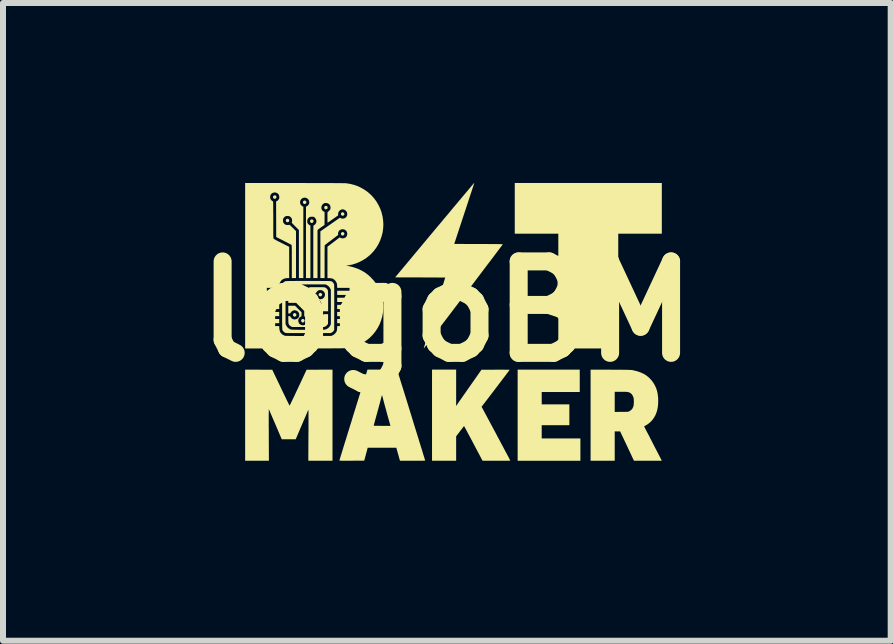
<source format=kicad_pcb>
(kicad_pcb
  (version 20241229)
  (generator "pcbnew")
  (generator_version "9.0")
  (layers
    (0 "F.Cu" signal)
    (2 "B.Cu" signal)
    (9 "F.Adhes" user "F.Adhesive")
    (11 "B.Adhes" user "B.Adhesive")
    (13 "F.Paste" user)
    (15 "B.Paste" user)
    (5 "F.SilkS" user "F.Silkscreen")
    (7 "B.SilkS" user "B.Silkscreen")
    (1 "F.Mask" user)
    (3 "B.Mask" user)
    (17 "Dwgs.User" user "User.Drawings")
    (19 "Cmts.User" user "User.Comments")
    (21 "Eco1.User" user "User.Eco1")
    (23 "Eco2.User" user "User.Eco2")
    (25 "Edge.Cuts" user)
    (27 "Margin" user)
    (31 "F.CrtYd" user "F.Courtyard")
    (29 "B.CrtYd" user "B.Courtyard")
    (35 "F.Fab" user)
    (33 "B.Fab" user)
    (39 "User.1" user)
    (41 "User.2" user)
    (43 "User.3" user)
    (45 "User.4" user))
  (footprint "logoBM"
    (layer "F.Cu")
    (at 4.398 2.142)
    (property "Reference" "logoBM" (at 0 0 0) (layer "F.SilkS") (effects (font (size 1.524 1.524) (thickness 0.3))))
    (attr board_only exclude_from_pos_files exclude_from_bom)
    (fp_poly (pts (xy 3.583 -1.297) (xy 2.857 -1.297) (xy 2.857 0.616) (xy 1.858 0.616) (xy 1.858 -1.297) (xy 1.132 -1.297) (xy 1.132 -2.142) (xy 3.583 -2.142)) (stroke (width 0) (type solid)) (fill yes) (layer "F.SilkS"))
    (fp_poly (pts (xy 2.215 1.342) (xy 1.581 1.342) (xy 1.581 1.548) (xy 2.042 1.548) (xy 2.042 1.895) (xy 1.581 1.895) (xy 1.581 2.116) (xy 2.226 2.116) (xy 2.226 2.488) (xy 1.18 2.488) (xy 1.18 0.969) (xy 2.215 0.969)) (stroke (width 0) (type solid)) (fill yes) (layer "F.SilkS"))
    (fp_poly (pts (xy -2.154 -0.149) (xy -2.145 -0.14) (xy -2.14 -0.128) (xy -2.14 -0.116) (xy -2.146 -0.104) (xy -2.157 -0.096) (xy -2.17 -0.094) (xy -2.183 -0.098) (xy -2.191 -0.105) (xy -2.197 -0.114) (xy -2.198 -0.127) (xy -2.194 -0.139) (xy -2.184 -0.148) (xy -2.179 -0.151) (xy -2.166 -0.153)) (stroke (width 0) (type solid)) (fill yes) (layer "F.SilkS"))
    (fp_poly (pts (xy -2.129 0.082) (xy -2.123 0.087) (xy -2.117 0.1) (xy -2.117 0.112) (xy -2.121 0.123) (xy -2.129 0.131) (xy -2.14 0.136) (xy -2.152 0.135) (xy -2.158 0.132) (xy -2.169 0.122) (xy -2.174 0.11) (xy -2.173 0.097) (xy -2.166 0.086) (xy -2.154 0.079) (xy -2.141 0.077)) (stroke (width 0) (type solid)) (fill yes) (layer "F.SilkS"))
    (fp_poly (pts (xy -2.094 -0.306) (xy -2.088 -0.301) (xy -2.08 -0.289) (xy -2.079 -0.276) (xy -2.085 -0.264) (xy -2.096 -0.255) (xy -2.107 -0.251) (xy -2.117 -0.253) (xy -2.121 -0.255) (xy -2.133 -0.265) (xy -2.138 -0.277) (xy -2.136 -0.29) (xy -2.13 -0.3) (xy -2.12 -0.308) (xy -2.107 -0.31)) (stroke (width 0) (type solid)) (fill yes) (layer "F.SilkS"))
    (fp_poly (pts (xy -2.851 -1.931) (xy -2.844 -1.923) (xy -2.839 -1.91) (xy -2.841 -1.898) (xy -2.847 -1.888) (xy -2.857 -1.881) (xy -2.869 -1.878) (xy -2.881 -1.881) (xy -2.883 -1.881) (xy -2.894 -1.891) (xy -2.898 -1.904) (xy -2.896 -1.918) (xy -2.896 -1.918) (xy -2.888 -1.93) (xy -2.876 -1.936) (xy -2.863 -1.936)) (stroke (width 0) (type solid)) (fill yes) (layer "F.SilkS"))
    (fp_poly (pts (xy -2.639 -1.541) (xy -2.63 -1.532) (xy -2.627 -1.519) (xy -2.627 -1.516) (xy -2.63 -1.503) (xy -2.638 -1.493) (xy -2.65 -1.488) (xy -2.663 -1.488) (xy -2.669 -1.491) (xy -2.68 -1.5) (xy -2.685 -1.513) (xy -2.683 -1.526) (xy -2.682 -1.529) (xy -2.673 -1.54) (xy -2.662 -1.546) (xy -2.65 -1.546)) (stroke (width 0) (type solid)) (fill yes) (layer "F.SilkS"))
    (fp_poly (pts (xy -2.382 0.131) (xy -2.379 0.134) (xy -2.371 0.147) (xy -2.371 0.159) (xy -2.379 0.171) (xy -2.381 0.174) (xy -2.392 0.182) (xy -2.402 0.184) (xy -2.412 0.18) (xy -2.424 0.17) (xy -2.429 0.158) (xy -2.428 0.145) (xy -2.42 0.133) (xy -2.42 0.133) (xy -2.407 0.125) (xy -2.394 0.125)) (stroke (width 0) (type solid)) (fill yes) (layer "F.SilkS"))
    (fp_poly (pts (xy -2.357 -1.847) (xy -2.347 -1.838) (xy -2.341 -1.826) (xy -2.341 -1.821) (xy -2.344 -1.808) (xy -2.353 -1.798) (xy -2.365 -1.792) (xy -2.37 -1.791) (xy -2.383 -1.795) (xy -2.391 -1.8) (xy -2.398 -1.812) (xy -2.399 -1.825) (xy -2.395 -1.836) (xy -2.386 -1.845) (xy -2.374 -1.85) (xy -2.37 -1.85)) (stroke (width 0) (type solid)) (fill yes) (layer "F.SilkS"))
    (fp_poly (pts (xy -1.727 -1.652) (xy -1.717 -1.644) (xy -1.71 -1.634) (xy -1.707 -1.624) (xy -1.71 -1.612) (xy -1.718 -1.603) (xy -1.729 -1.597) (xy -1.742 -1.597) (xy -1.753 -1.601) (xy -1.758 -1.605) (xy -1.764 -1.616) (xy -1.765 -1.628) (xy -1.761 -1.64) (xy -1.753 -1.65) (xy -1.742 -1.655) (xy -1.738 -1.655)) (stroke (width 0) (type solid)) (fill yes) (layer "F.SilkS"))
    (fp_poly (pts (xy -1.719 -1.318) (xy -1.715 -1.314) (xy -1.708 -1.302) (xy -1.708 -1.29) (xy -1.715 -1.277) (xy -1.717 -1.275) (xy -1.728 -1.267) (xy -1.739 -1.265) (xy -1.749 -1.269) (xy -1.76 -1.278) (xy -1.765 -1.29) (xy -1.765 -1.303) (xy -1.757 -1.315) (xy -1.756 -1.316) (xy -1.744 -1.323) (xy -1.731 -1.324)) (stroke (width 0) (type solid)) (fill yes) (layer "F.SilkS"))
    (fp_poly (pts (xy -2.006 -1.76) (xy -1.996 -1.754) (xy -1.989 -1.744) (xy -1.987 -1.732) (xy -1.988 -1.721) (xy -1.994 -1.713) (xy -1.996 -1.711) (xy -2.01 -1.704) (xy -2.024 -1.704) (xy -2.03 -1.705) (xy -2.036 -1.711) (xy -2.041 -1.721) (xy -2.044 -1.732) (xy -2.044 -1.738) (xy -2.038 -1.751) (xy -2.028 -1.758) (xy -2.017 -1.761)) (stroke (width 0) (type solid)) (fill yes) (layer "F.SilkS"))
    (fp_poly (pts (xy -2.528 0.028) (xy -2.52 0.034) (xy -2.518 0.035) (xy -2.509 0.047) (xy -2.507 0.059) (xy -2.512 0.072) (xy -2.515 0.075) (xy -2.527 0.084) (xy -2.539 0.086) (xy -2.546 0.085) (xy -2.556 0.077) (xy -2.563 0.066) (xy -2.565 0.054) (xy -2.562 0.042) (xy -2.561 0.04) (xy -2.552 0.033) (xy -2.542 0.027) (xy -2.535 0.026)) (stroke (width 0) (type solid)) (fill yes) (layer "F.SilkS"))
    (fp_poly (pts (xy -2.384 -0.224) (xy -2.373 -0.216) (xy -2.367 -0.205) (xy -2.366 -0.193) (xy -2.371 -0.181) (xy -2.381 -0.172) (xy -2.381 -0.171) (xy -2.39 -0.167) (xy -2.397 -0.167) (xy -2.404 -0.169) (xy -2.406 -0.17) (xy -2.414 -0.175) (xy -2.419 -0.181) (xy -2.424 -0.194) (xy -2.423 -0.206) (xy -2.417 -0.216) (xy -2.408 -0.224) (xy -2.396 -0.227)) (stroke (width 0) (type solid)) (fill yes) (layer "F.SilkS"))
    (fp_poly (pts (xy -2.24 -1.533) (xy -2.229 -1.525) (xy -2.223 -1.514) (xy -2.222 -1.501) (xy -2.227 -1.489) (xy -2.237 -1.48) (xy -2.238 -1.48) (xy -2.246 -1.476) (xy -2.253 -1.475) (xy -2.261 -1.478) (xy -2.262 -1.478) (xy -2.27 -1.484) (xy -2.276 -1.49) (xy -2.281 -1.502) (xy -2.28 -1.514) (xy -2.274 -1.525) (xy -2.264 -1.532) (xy -2.252 -1.535)) (stroke (width 0) (type solid)) (fill yes) (layer "F.SilkS"))
    (fp_poly (pts (xy -1.906 2.488) (xy -2.309 2.488) (xy -2.307 2.058) (xy -2.306 1.991) (xy -2.306 1.931) (xy -2.306 1.878) (xy -2.306 1.831) (xy -2.306 1.79) (xy -2.306 1.755) (xy -2.306 1.725) (xy -2.306 1.7) (xy -2.306 1.68) (xy -2.307 1.664) (xy -2.307 1.653) (xy -2.307 1.644) (xy -2.308 1.64) (xy -2.309 1.638) (xy -2.309 1.638) (xy -2.312 1.644) (xy -2.316 1.655) (xy -2.324 1.672) (xy -2.333 1.694) (xy -2.344 1.721) (xy -2.357 1.751) (xy -2.372 1.785) (xy -2.388 1.821) (xy -2.404 1.86) (xy -2.417 1.89) (xy -2.519 2.13) (xy -2.636 2.13) (xy -2.752 2.13) (xy -2.858 1.881) (xy -2.876 1.84) (xy -2.892 1.802) (xy -2.908 1.765) (xy -2.922 1.732) (xy -2.935 1.703) (xy -2.946 1.677) (xy -2.954 1.657) (xy -2.961 1.641) (xy -2.966 1.631) (xy -2.967 1.628) (xy -2.968 1.631) (xy -2.968 1.641) (xy -2.968 1.658) (xy -2.968 1.681) (xy -2.969 1.709) (xy -2.969 1.742) (xy -2.969 1.78) (xy -2.969 1.822) (xy -2.969 1.868) (xy -2.969 1.917) (xy -2.968 1.969) (xy -2.968 2.024) (xy -2.968 2.056) (xy -2.966 2.488) (xy -3.362 2.488) (xy -3.362 0.969) (xy -3.136 0.97) (xy -2.91 0.971) (xy -2.767 1.27) (xy -2.746 1.314) (xy -2.726 1.356) (xy -2.707 1.395) (xy -2.689 1.432) (xy -2.673 1.466) (xy -2.659 1.495) (xy -2.646 1.521) (xy -2.636 1.541) (xy -2.628 1.556) (xy -2.623 1.566) (xy -2.621 1.569) (xy -2.621 1.569) (xy -2.619 1.566) (xy -2.614 1.557) (xy -2.607 1.542) (xy -2.597 1.522) (xy -2.585 1.496) (xy -2.571 1.467) (xy -2.555 1.434) (xy -2.537 1.397) (xy -2.519 1.357) (xy -2.499 1.315) (xy -2.478 1.271) (xy -2.478 1.271) (xy -2.338 0.971) (xy -2.122 0.97) (xy -1.906 0.969)) (stroke (width 0) (type solid)) (fill yes) (layer "F.SilkS"))
    (fp_poly (pts (xy 0.155 1.575) (xy 0.19 1.524) (xy 0.197 1.513) (xy 0.209 1.496) (xy 0.224 1.475) (xy 0.242 1.449) (xy 0.262 1.42) (xy 0.285 1.387) (xy 0.31 1.352) (xy 0.336 1.314) (xy 0.363 1.276) (xy 0.391 1.236) (xy 0.401 1.222) (xy 0.577 0.971) (xy 0.812 0.97) (xy 0.853 0.97) (xy 0.891 0.97) (xy 0.927 0.97) (xy 0.959 0.97) (xy 0.987 0.971) (xy 1.011 0.971) (xy 1.029 0.971) (xy 1.041 0.972) (xy 1.046 0.972) (xy 1.047 0.972) (xy 1.045 0.975) (xy 1.038 0.984) (xy 1.028 0.998) (xy 1.014 1.016) (xy 0.997 1.039) (xy 0.977 1.066) (xy 0.954 1.096) (xy 0.928 1.13) (xy 0.901 1.166) (xy 0.872 1.204) (xy 0.841 1.245) (xy 0.813 1.282) (xy 0.579 1.588) (xy 0.819 2.035) (xy 0.847 2.089) (xy 0.875 2.14) (xy 0.901 2.19) (xy 0.926 2.237) (xy 0.95 2.281) (xy 0.971 2.322) (xy 0.991 2.359) (xy 1.009 2.392) (xy 1.024 2.42) (xy 1.037 2.444) (xy 1.046 2.463) (xy 1.053 2.476) (xy 1.057 2.484) (xy 1.058 2.485) (xy 1.054 2.486) (xy 1.044 2.486) (xy 1.027 2.487) (xy 1.006 2.487) (xy 0.979 2.487) (xy 0.948 2.488) (xy 0.913 2.488) (xy 0.875 2.488) (xy 0.835 2.488) (xy 0.827 2.488) (xy 0.595 2.488) (xy 0.442 2.199) (xy 0.42 2.156) (xy 0.398 2.115) (xy 0.377 2.076) (xy 0.358 2.041) (xy 0.341 2.009) (xy 0.326 1.98) (xy 0.313 1.956) (xy 0.302 1.936) (xy 0.294 1.922) (xy 0.289 1.913) (xy 0.287 1.91) (xy 0.284 1.913) (xy 0.277 1.921) (xy 0.267 1.934) (xy 0.255 1.95) (xy 0.24 1.969) (xy 0.223 1.991) (xy 0.22 1.996) (xy 0.155 2.08) (xy 0.155 2.488) (xy -0.247 2.488) (xy -0.247 0.969) (xy 0.155 0.969)) (stroke (width 0) (type solid)) (fill yes) (layer "F.SilkS"))
    (fp_poly (pts (xy 2.73 0.97) (xy 2.788 0.971) (xy 2.838 0.971) (xy 2.882 0.971) (xy 2.921 0.971) (xy 2.954 0.972) (xy 2.982 0.972) (xy 3.006 0.972) (xy 3.025 0.973) (xy 3.042 0.973) (xy 3.056 0.974) (xy 3.067 0.975) (xy 3.077 0.975) (xy 3.085 0.976) (xy 3.092 0.977) (xy 3.099 0.978) (xy 3.105 0.98) (xy 3.169 0.995) (xy 3.227 1.015) (xy 3.28 1.039) (xy 3.323 1.065) (xy 3.367 1.1) (xy 3.406 1.14) (xy 3.44 1.185) (xy 3.469 1.235) (xy 3.492 1.287) (xy 3.507 1.338) (xy 3.516 1.387) (xy 3.522 1.44) (xy 3.523 1.494) (xy 3.521 1.548) (xy 3.515 1.6) (xy 3.505 1.649) (xy 3.496 1.678) (xy 3.476 1.729) (xy 3.449 1.775) (xy 3.418 1.817) (xy 3.381 1.853) (xy 3.339 1.885) (xy 3.315 1.899) (xy 3.303 1.906) (xy 3.293 1.911) (xy 3.288 1.914) (xy 3.288 1.914) (xy 3.29 1.918) (xy 3.294 1.927) (xy 3.302 1.942) (xy 3.312 1.962) (xy 3.325 1.987) (xy 3.34 2.016) (xy 3.357 2.048) (xy 3.376 2.084) (xy 3.395 2.123) (xy 3.417 2.164) (xy 3.435 2.2) (xy 3.457 2.243) (xy 3.478 2.284) (xy 3.498 2.322) (xy 3.516 2.357) (xy 3.533 2.39) (xy 3.548 2.418) (xy 3.56 2.442) (xy 3.57 2.462) (xy 3.577 2.476) (xy 3.582 2.484) (xy 3.583 2.487) (xy 3.579 2.487) (xy 3.569 2.487) (xy 3.552 2.487) (xy 3.53 2.488) (xy 3.504 2.488) (xy 3.472 2.488) (xy 3.438 2.488) (xy 3.4 2.488) (xy 3.36 2.488) (xy 3.119 2.488) (xy 3.004 2.243) (xy 2.888 1.998) (xy 2.798 1.998) (xy 2.798 2.488) (xy 2.396 2.488) (xy 2.396 1.674) (xy 2.798 1.674) (xy 2.91 1.673) (xy 3.021 1.672) (xy 3.047 1.659) (xy 3.07 1.643) (xy 3.089 1.624) (xy 3.103 1.598) (xy 3.108 1.585) (xy 3.113 1.567) (xy 3.115 1.544) (xy 3.117 1.518) (xy 3.117 1.491) (xy 3.116 1.466) (xy 3.113 1.443) (xy 3.109 1.429) (xy 3.097 1.401) (xy 3.08 1.377) (xy 3.062 1.361) (xy 3.052 1.355) (xy 3.042 1.35) (xy 3.033 1.346) (xy 3.021 1.343) (xy 3.007 1.341) (xy 2.99 1.339) (xy 2.969 1.339) (xy 2.942 1.338) (xy 2.909 1.338) (xy 2.902 1.338) (xy 2.798 1.338) (xy 2.798 1.674) (xy 2.396 1.674) (xy 2.396 0.969)) (stroke (width 0) (type solid)) (fill yes) (layer "F.SilkS"))
    (fp_poly (pts (xy 0.457 -2.141) (xy 0.456 -2.137) (xy 0.452 -2.127) (xy 0.447 -2.111) (xy 0.44 -2.089) (xy 0.431 -2.061) (xy 0.42 -2.028) (xy 0.408 -1.991) (xy 0.394 -1.949) (xy 0.379 -1.904) (xy 0.363 -1.855) (xy 0.346 -1.802) (xy 0.328 -1.748) (xy 0.309 -1.69) (xy 0.29 -1.633) (xy 0.123 -1.126) (xy 0.528 -1.125) (xy 0.601 -1.125) (xy 0.666 -1.125) (xy 0.724 -1.124) (xy 0.775 -1.124) (xy 0.819 -1.124) (xy 0.856 -1.123) (xy 0.885 -1.123) (xy 0.907 -1.122) (xy 0.923 -1.122) (xy 0.931 -1.121) (xy 0.933 -1.12) (xy 0.93 -1.117) (xy 0.924 -1.108) (xy 0.913 -1.094) (xy 0.899 -1.075) (xy 0.881 -1.051) (xy 0.86 -1.023) (xy 0.835 -0.99) (xy 0.808 -0.954) (xy 0.778 -0.914) (xy 0.745 -0.87) (xy 0.71 -0.824) (xy 0.672 -0.775) (xy 0.633 -0.723) (xy 0.592 -0.669) (xy 0.55 -0.613) (xy 0.506 -0.555) (xy 0.462 -0.496) (xy 0.416 -0.436) (xy 0.37 -0.375) (xy 0.323 -0.313) (xy 0.276 -0.252) (xy 0.229 -0.19) (xy 0.183 -0.128) (xy 0.136 -0.067) (xy 0.091 -0.007) (xy 0.046 0.052) (xy 0.002 0.11) (xy -0.04 0.165) (xy -0.081 0.219) (xy -0.121 0.271) (xy -0.158 0.32) (xy -0.193 0.367) (xy -0.226 0.41) (xy -0.257 0.45) (xy -0.284 0.486) (xy -0.309 0.519) (xy -0.331 0.547) (xy -0.349 0.57) (xy -0.363 0.589) (xy -0.374 0.603) (xy -0.381 0.612) (xy -0.383 0.615) (xy -0.383 0.612) (xy -0.382 0.603) (xy -0.379 0.591) (xy -0.374 0.575) (xy -0.374 0.574) (xy -0.371 0.566) (xy -0.367 0.551) (xy -0.36 0.53) (xy -0.352 0.503) (xy -0.342 0.471) (xy -0.331 0.434) (xy -0.318 0.392) (xy -0.304 0.346) (xy -0.289 0.296) (xy -0.273 0.243) (xy -0.256 0.188) (xy -0.238 0.129) (xy -0.22 0.069) (xy -0.201 0.007) (xy -0.194 -0.017) (xy -0.027 -0.566) (xy -0.444 -0.568) (xy -0.862 -0.569) (xy -0.206 -1.355) (xy -0.151 -1.421) (xy -0.096 -1.486) (xy -0.044 -1.549) (xy 0.008 -1.61) (xy 0.057 -1.669) (xy 0.104 -1.726) (xy 0.15 -1.78) (xy 0.192 -1.831) (xy 0.233 -1.879) (xy 0.27 -1.924) (xy 0.305 -1.965) (xy 0.336 -2.002) (xy 0.365 -2.036) (xy 0.389 -2.065) (xy 0.41 -2.09) (xy 0.427 -2.11) (xy 0.44 -2.126) (xy 0.449 -2.136) (xy 0.453 -2.141) (xy 0.454 -2.141) (xy 0.457 -2.141)) (stroke (width 0) (type solid)) (fill yes) (layer "F.SilkS"))
    (fp_poly (pts (xy -0.815 1.016) (xy -0.808 1.039) (xy -0.8 1.066) (xy -0.789 1.099) (xy -0.778 1.136) (xy -0.765 1.178) (xy -0.751 1.223) (xy -0.735 1.273) (xy -0.719 1.325) (xy -0.702 1.38) (xy -0.684 1.437) (xy -0.666 1.496) (xy -0.647 1.557) (xy -0.628 1.619) (xy -0.609 1.681) (xy -0.589 1.744) (xy -0.57 1.807) (xy -0.551 1.869) (xy -0.532 1.931) (xy -0.513 1.991) (xy -0.495 2.05) (xy -0.477 2.107) (xy -0.461 2.161) (xy -0.445 2.212) (xy -0.43 2.26) (xy -0.416 2.305) (xy -0.404 2.345) (xy -0.393 2.382) (xy -0.383 2.413) (xy -0.375 2.439) (xy -0.369 2.46) (xy -0.364 2.474) (xy -0.362 2.482) (xy -0.361 2.484) (xy -0.365 2.485) (xy -0.374 2.486) (xy -0.391 2.487) (xy -0.415 2.487) (xy -0.445 2.488) (xy -0.483 2.488) (xy -0.527 2.488) (xy -0.571 2.488) (xy -0.781 2.488) (xy -0.786 2.471) (xy -0.789 2.462) (xy -0.793 2.448) (xy -0.798 2.429) (xy -0.804 2.406) (xy -0.811 2.381) (xy -0.817 2.362) (xy -0.842 2.271) (xy -1.319 2.271) (xy -1.324 2.286) (xy -1.326 2.294) (xy -1.329 2.308) (xy -1.334 2.326) (xy -1.34 2.349) (xy -1.347 2.373) (xy -1.352 2.394) (xy -1.377 2.486) (xy -1.584 2.487) (xy -1.631 2.487) (xy -1.671 2.487) (xy -1.705 2.487) (xy -1.732 2.487) (xy -1.754 2.487) (xy -1.77 2.486) (xy -1.781 2.486) (xy -1.788 2.485) (xy -1.791 2.484) (xy -1.791 2.484) (xy -1.79 2.48) (xy -1.787 2.47) (xy -1.782 2.453) (xy -1.775 2.43) (xy -1.767 2.403) (xy -1.756 2.369) (xy -1.745 2.332) (xy -1.732 2.29) (xy -1.718 2.244) (xy -1.703 2.195) (xy -1.686 2.142) (xy -1.669 2.087) (xy -1.652 2.03) (xy -1.633 1.97) (xy -1.615 1.91) (xy -1.613 1.903) (xy -1.22 1.903) (xy -1.217 1.904) (xy -1.206 1.904) (xy -1.19 1.905) (xy -1.17 1.905) (xy -1.145 1.905) (xy -1.116 1.906) (xy -1.085 1.906) (xy -1.08 1.906) (xy -0.94 1.906) (xy -0.947 1.881) (xy -0.966 1.813) (xy -0.984 1.75) (xy -1 1.692) (xy -1.014 1.639) (xy -1.027 1.592) (xy -1.038 1.551) (xy -1.048 1.516) (xy -1.055 1.487) (xy -1.06 1.469) (xy -1.065 1.447) (xy -1.071 1.428) (xy -1.075 1.412) (xy -1.078 1.401) (xy -1.08 1.396) (xy -1.08 1.396) (xy -1.082 1.398) (xy -1.085 1.406) (xy -1.089 1.419) (xy -1.093 1.433) (xy -1.097 1.45) (xy -1.101 1.468) (xy -1.107 1.489) (xy -1.113 1.512) (xy -1.12 1.539) (xy -1.129 1.569) (xy -1.138 1.604) (xy -1.149 1.645) (xy -1.162 1.691) (xy -1.176 1.742) (xy -1.185 1.775) (xy -1.194 1.806) (xy -1.201 1.834) (xy -1.208 1.858) (xy -1.213 1.878) (xy -1.217 1.892) (xy -1.219 1.901) (xy -1.22 1.903) (xy -1.613 1.903) (xy -1.595 1.848) (xy -1.576 1.785) (xy -1.557 1.722) (xy -1.537 1.659) (xy -1.518 1.597) (xy -1.499 1.535) (xy -1.48 1.475) (xy -1.462 1.416) (xy -1.444 1.359) (xy -1.428 1.305) (xy -1.412 1.254) (xy -1.397 1.206) (xy -1.383 1.161) (xy -1.37 1.121) (xy -1.359 1.085) (xy -1.349 1.054) (xy -1.341 1.028) (xy -1.335 1.007) (xy -1.332 0.998) (xy -1.323 0.969) (xy -0.83 0.969)) (stroke (width 0) (type solid)) (fill yes) (layer "F.SilkS"))
    (fp_poly (pts (xy -2.249 -0.509) (xy -2.195 -0.509) (xy -2.148 -0.509) (xy -2.106 -0.509) (xy -2.071 -0.508) (xy -2.04 -0.508) (xy -2.014 -0.508) (xy -1.993 -0.508) (xy -1.975 -0.508) (xy -1.961 -0.507) (xy -1.95 -0.507) (xy -1.941 -0.506) (xy -1.934 -0.505) (xy -1.93 -0.505) (xy -1.926 -0.504) (xy -1.923 -0.503) (xy -1.921 -0.502) (xy -1.904 -0.49) (xy -1.891 -0.475) (xy -1.881 -0.458) (xy -1.88 -0.454) (xy -1.879 -0.449) (xy -1.878 -0.438) (xy -1.878 -0.422) (xy -1.878 -0.399) (xy -1.877 -0.371) (xy -1.877 -0.336) (xy -1.877 -0.295) (xy -1.877 -0.247) (xy -1.877 -0.192) (xy -1.877 -0.131) (xy -1.877 -0.066) (xy -1.878 0.308) (xy -1.888 0.324) (xy -1.897 0.335) (xy -1.91 0.345) (xy -1.916 0.349) (xy -1.933 0.359) (xy -2.306 0.36) (xy -2.368 0.36) (xy -2.423 0.36) (xy -2.472 0.36) (xy -2.514 0.36) (xy -2.551 0.36) (xy -2.582 0.36) (xy -2.609 0.36) (xy -2.631 0.36) (xy -2.649 0.359) (xy -2.663 0.359) (xy -2.674 0.358) (xy -2.682 0.358) (xy -2.688 0.357) (xy -2.692 0.356) (xy -2.692 0.356) (xy -2.709 0.346) (xy -2.725 0.332) (xy -2.737 0.315) (xy -2.739 0.311) (xy -2.74 0.309) (xy -2.741 0.306) (xy -2.742 0.301) (xy -2.743 0.296) (xy -2.743 0.288) (xy -2.744 0.279) (xy -2.744 0.266) (xy -2.745 0.25) (xy -2.745 0.231) (xy -2.745 0.208) (xy -2.689 0.208) (xy -2.679 0.23) (xy -2.663 0.257) (xy -2.642 0.278) (xy -2.616 0.294) (xy -2.592 0.302) (xy -2.586 0.302) (xy -2.574 0.303) (xy -2.555 0.303) (xy -2.531 0.304) (xy -2.501 0.304) (xy -2.468 0.305) (xy -2.431 0.305) (xy -2.391 0.305) (xy -2.348 0.305) (xy -2.313 0.306) (xy -2.261 0.306) (xy -2.216 0.306) (xy -2.177 0.306) (xy -2.145 0.305) (xy -2.117 0.305) (xy -2.094 0.305) (xy -2.076 0.305) (xy -2.061 0.304) (xy -2.049 0.303) (xy -2.04 0.303) (xy -2.033 0.302) (xy -2.027 0.301) (xy -2.025 0.3) (xy -1.997 0.289) (xy -1.973 0.272) (xy -1.953 0.25) (xy -1.943 0.232) (xy -1.933 0.212) (xy -1.933 -0.363) (xy -1.942 -0.38) (xy -1.957 -0.405) (xy -1.977 -0.426) (xy -1.999 -0.441) (xy -2.001 -0.441) (xy -2.022 -0.452) (xy -2.6 -0.452) (xy -2.624 -0.439) (xy -2.649 -0.422) (xy -2.668 -0.399) (xy -2.681 -0.378) (xy -2.689 -0.359) (xy -2.689 0.208) (xy -2.745 0.208) (xy -2.745 0.208) (xy -2.746 0.18) (xy -2.746 0.147) (xy -2.746 0.109) (xy -2.746 0.064) (xy -2.746 0.014) (xy -2.746 -0.043) (xy -2.746 -0.071) (xy -2.746 -0.138) (xy -2.746 -0.197) (xy -2.746 -0.25) (xy -2.746 -0.295) (xy -2.745 -0.335) (xy -2.745 -0.368) (xy -2.745 -0.396) (xy -2.744 -0.418) (xy -2.743 -0.434) (xy -2.743 -0.446) (xy -2.742 -0.452) (xy -2.742 -0.454) (xy -2.733 -0.473) (xy -2.718 -0.489) (xy -2.701 -0.501) (xy -2.698 -0.502) (xy -2.695 -0.503) (xy -2.692 -0.504) (xy -2.687 -0.505) (xy -2.681 -0.506) (xy -2.673 -0.506) (xy -2.663 -0.507) (xy -2.65 -0.507) (xy -2.634 -0.508) (xy -2.613 -0.508) (xy -2.589 -0.508) (xy -2.561 -0.508) (xy -2.527 -0.509) (xy -2.488 -0.509) (xy -2.442 -0.509) (xy -2.391 -0.509) (xy -2.333 -0.509) (xy -2.31 -0.509)) (stroke (width 0) (type solid)) (fill yes) (layer "F.SilkS"))
    (fp_poly (pts (xy -2.514 -0.278) (xy -2.49 -0.254) (xy -2.465 -0.23) (xy -2.47 -0.214) (xy -2.472 -0.192) (xy -2.468 -0.171) (xy -2.458 -0.152) (xy -2.443 -0.136) (xy -2.431 -0.129) (xy -2.42 -0.124) (xy -2.408 -0.122) (xy -2.394 -0.122) (xy -2.389 -0.122) (xy -2.374 -0.124) (xy -2.363 -0.126) (xy -2.355 -0.131) (xy -2.349 -0.135) (xy -2.332 -0.152) (xy -2.322 -0.171) (xy -2.319 -0.194) (xy -2.319 -0.197) (xy -2.321 -0.22) (xy -2.33 -0.24) (xy -2.346 -0.257) (xy -2.349 -0.259) (xy -2.358 -0.266) (xy -2.367 -0.27) (xy -2.379 -0.271) (xy -2.388 -0.272) (xy -2.405 -0.272) (xy -2.417 -0.271) (xy -2.422 -0.269) (xy -2.427 -0.267) (xy -2.431 -0.268) (xy -2.438 -0.273) (xy -2.447 -0.282) (xy -2.448 -0.282) (xy -2.466 -0.3) (xy -2.466 -0.405) (xy -2.341 -0.405) (xy -2.341 -0.258) (xy -2.182 -0.258) (xy -2.175 -0.243) (xy -2.162 -0.226) (xy -2.144 -0.213) (xy -2.124 -0.205) (xy -2.102 -0.204) (xy -2.091 -0.206) (xy -2.068 -0.215) (xy -2.051 -0.23) (xy -2.038 -0.249) (xy -2.032 -0.273) (xy -2.032 -0.274) (xy -2.031 -0.288) (xy -2.033 -0.299) (xy -2.038 -0.312) (xy -2.04 -0.315) (xy -2.053 -0.334) (xy -2.071 -0.348) (xy -2.092 -0.356) (xy -2.116 -0.358) (xy -2.129 -0.356) (xy -2.141 -0.351) (xy -2.155 -0.342) (xy -2.167 -0.33) (xy -2.176 -0.317) (xy -2.177 -0.316) (xy -2.182 -0.306) (xy -2.293 -0.306) (xy -2.293 -0.405) (xy -2.165 -0.405) (xy -2.131 -0.405) (xy -2.103 -0.405) (xy -2.081 -0.405) (xy -2.065 -0.405) (xy -2.052 -0.404) (xy -2.042 -0.403) (xy -2.035 -0.402) (xy -2.03 -0.401) (xy -2.026 -0.399) (xy -2.024 -0.398) (xy -2.005 -0.385) (xy -1.99 -0.366) (xy -1.985 -0.359) (xy -1.984 -0.355) (xy -1.983 -0.35) (xy -1.982 -0.343) (xy -1.981 -0.334) (xy -1.98 -0.321) (xy -1.98 -0.304) (xy -1.98 -0.283) (xy -1.98 -0.256) (xy -1.979 -0.224) (xy -1.979 -0.184) (xy -1.979 -0.175) (xy -1.979 -0.004) (xy -2.074 -0.004) (xy -2.093 0.016) (xy -2.104 0.027) (xy -2.111 0.032) (xy -2.116 0.034) (xy -2.12 0.033) (xy -2.121 0.033) (xy -2.128 0.031) (xy -2.14 0.03) (xy -2.151 0.03) (xy -2.174 0.035) (xy -2.193 0.045) (xy -2.207 0.061) (xy -2.213 0.071) (xy -2.221 0.094) (xy -2.222 0.117) (xy -2.216 0.138) (xy -2.203 0.157) (xy -2.199 0.16) (xy -2.18 0.175) (xy -2.158 0.182) (xy -2.136 0.183) (xy -2.115 0.178) (xy -2.096 0.165) (xy -2.095 0.165) (xy -2.08 0.147) (xy -2.071 0.126) (xy -2.068 0.104) (xy -2.072 0.082) (xy -2.072 0.081) (xy -2.074 0.074) (xy -2.073 0.068) (xy -2.068 0.061) (xy -2.064 0.057) (xy -2.052 0.044) (xy -1.979 0.044) (xy -1.98 0.125) (xy -1.981 0.206) (xy -1.992 0.222) (xy -2.008 0.238) (xy -2.023 0.248) (xy -2.043 0.258) (xy -2.252 0.258) (xy -2.252 -0.002) (xy -2.228 -0.026) (xy -2.205 -0.049) (xy -2.172 -0.05) (xy -2.155 -0.05) (xy -2.144 -0.051) (xy -2.135 -0.053) (xy -2.128 -0.057) (xy -2.126 -0.059) (xy -2.109 -0.074) (xy -2.098 -0.093) (xy -2.093 -0.114) (xy -2.093 -0.136) (xy -2.1 -0.157) (xy -2.112 -0.174) (xy -2.122 -0.184) (xy -2.132 -0.192) (xy -2.137 -0.194) (xy -2.151 -0.198) (xy -2.169 -0.199) (xy -2.187 -0.198) (xy -2.201 -0.194) (xy -2.202 -0.194) (xy -2.215 -0.186) (xy -2.227 -0.174) (xy -2.237 -0.16) (xy -2.241 -0.154) (xy -2.244 -0.141) (xy -2.245 -0.126) (xy -2.244 -0.11) (xy -2.242 -0.097) (xy -2.241 -0.094) (xy -2.239 -0.09) (xy -2.239 -0.086) (xy -2.242 -0.081) (xy -2.248 -0.073) (xy -2.259 -0.062) (xy -2.268 -0.053) (xy -2.3 -0.02) (xy -2.3 0.258) (xy -2.579 0.258) (xy -2.599 0.248) (xy -2.615 0.237) (xy -2.628 0.223) (xy -2.63 0.219) (xy -2.634 0.213) (xy -2.637 0.207) (xy -2.639 0.2) (xy -2.64 0.192) (xy -2.641 0.18) (xy -2.642 0.163) (xy -2.642 0.141) (xy -2.642 0.139) (xy -2.643 0.077) (xy -2.627 0.077) (xy -2.616 0.078) (xy -2.611 0.081) (xy -2.607 0.087) (xy -2.606 0.088) (xy -2.598 0.101) (xy -2.586 0.114) (xy -2.572 0.125) (xy -2.563 0.129) (xy -2.552 0.131) (xy -2.537 0.132) (xy -2.528 0.132) (xy -2.506 0.127) (xy -2.488 0.117) (xy -2.473 0.102) (xy -2.464 0.085) (xy -2.459 0.065) (xy -2.46 0.045) (xy -2.466 0.024) (xy -2.479 0.005) (xy -2.482 0.002) (xy -2.501 -0.012) (xy -2.521 -0.019) (xy -2.542 -0.021) (xy -2.563 -0.016) (xy -2.581 -0.006) (xy -2.597 0.01) (xy -2.602 0.018) (xy -2.607 0.027) (xy -2.613 0.032) (xy -2.621 0.033) (xy -2.627 0.033) (xy -2.643 0.033) (xy -2.643 -0.096) (xy -2.53 -0.096) (xy -2.422 0.013) (xy -2.422 0.079) (xy -2.438 0.087) (xy -2.455 0.099) (xy -2.467 0.116) (xy -2.475 0.135) (xy -2.477 0.156) (xy -2.473 0.176) (xy -2.465 0.196) (xy -2.45 0.212) (xy -2.431 0.224) (xy -2.411 0.23) (xy -2.39 0.23) (xy -2.37 0.224) (xy -2.352 0.214) (xy -2.338 0.199) (xy -2.327 0.18) (xy -2.322 0.159) (xy -2.322 0.152) (xy -2.325 0.134) (xy -2.334 0.115) (xy -2.347 0.099) (xy -2.362 0.087) (xy -2.367 0.085) (xy -2.377 0.08) (xy -2.377 -0.009) (xy -2.445 -0.077) (xy -2.512 -0.144) (xy -2.643 -0.144) (xy -2.643 -0.241) (xy -2.643 -0.267) (xy -2.642 -0.292) (xy -2.642 -0.314) (xy -2.641 -0.332) (xy -2.64 -0.344) (xy -2.639 -0.35) (xy -2.632 -0.366) (xy -2.62 -0.382) (xy -2.605 -0.394) (xy -2.598 -0.398) (xy -2.589 -0.402) (xy -2.578 -0.404) (xy -2.564 -0.405) (xy -2.549 -0.405) (xy -2.514 -0.405)) (stroke (width 0) (type solid)) (fill yes) (layer "F.SilkS"))
    (fp_poly (pts (xy -2.434 -2.142) (xy -2.334 -2.141) (xy -2.241 -2.141) (xy -2.155 -2.141) (xy -2.076 -2.141) (xy -2.004 -2.141) (xy -1.94 -2.141) (xy -1.883 -2.14) (xy -1.833 -2.14) (xy -1.79 -2.14) (xy -1.755 -2.139) (xy -1.726 -2.139) (xy -1.704 -2.139) (xy -1.689 -2.138) (xy -1.682 -2.138) (xy -1.612 -2.127) (xy -1.545 -2.11) (xy -1.48 -2.087) (xy -1.419 -2.057) (xy -1.361 -2.022) (xy -1.307 -1.982) (xy -1.258 -1.937) (xy -1.213 -1.887) (xy -1.173 -1.832) (xy -1.139 -1.774) (xy -1.11 -1.713) (xy -1.087 -1.648) (xy -1.071 -1.58) (xy -1.062 -1.519) (xy -1.058 -1.449) (xy -1.062 -1.38) (xy -1.072 -1.311) (xy -1.09 -1.245) (xy -1.113 -1.18) (xy -1.143 -1.118) (xy -1.179 -1.059) (xy -1.221 -1.004) (xy -1.268 -0.954) (xy -1.29 -0.934) (xy -1.341 -0.893) (xy -1.397 -0.857) (xy -1.456 -0.826) (xy -1.516 -0.801) (xy -1.578 -0.782) (xy -1.619 -0.774) (xy -1.643 -0.769) (xy -1.661 -0.766) (xy -1.672 -0.763) (xy -1.675 -0.761) (xy -1.671 -0.76) (xy -1.667 -0.76) (xy -1.645 -0.758) (xy -1.619 -0.753) (xy -1.588 -0.746) (xy -1.556 -0.737) (xy -1.523 -0.726) (xy -1.491 -0.715) (xy -1.462 -0.702) (xy -1.454 -0.699) (xy -1.408 -0.675) (xy -1.367 -0.651) (xy -1.329 -0.623) (xy -1.291 -0.591) (xy -1.27 -0.571) (xy -1.223 -0.521) (xy -1.182 -0.469) (xy -1.147 -0.415) (xy -1.128 -0.377) (xy -1.1 -0.312) (xy -1.08 -0.246) (xy -1.066 -0.179) (xy -1.059 -0.112) (xy -1.059 -0.044) (xy -1.065 0.022) (xy -1.078 0.088) (xy -1.097 0.152) (xy -1.121 0.214) (xy -1.152 0.273) (xy -1.189 0.33) (xy -1.231 0.383) (xy -1.279 0.432) (xy -1.332 0.476) (xy -1.365 0.499) (xy -1.426 0.535) (xy -1.49 0.565) (xy -1.557 0.588) (xy -1.625 0.605) (xy -1.674 0.612) (xy -1.683 0.612) (xy -1.698 0.613) (xy -1.721 0.613) (xy -1.75 0.613) (xy -1.787 0.614) (xy -1.831 0.614) (xy -1.882 0.614) (xy -1.94 0.615) (xy -2.006 0.615) (xy -2.079 0.615) (xy -2.159 0.615) (xy -2.246 0.615) (xy -2.341 0.615) (xy -2.443 0.616) (xy -2.536 0.616) (xy -3.362 0.616) (xy -3.362 0.243) (xy -3 0.243) (xy -2.795 0.243) (xy -2.793 0.278) (xy -2.789 0.308) (xy -2.782 0.334) (xy -2.769 0.356) (xy -2.76 0.367) (xy -2.743 0.382) (xy -2.722 0.395) (xy -2.7 0.404) (xy -2.694 0.405) (xy -2.688 0.406) (xy -2.675 0.406) (xy -2.656 0.406) (xy -2.631 0.407) (xy -2.601 0.407) (xy -2.566 0.407) (xy -2.527 0.408) (xy -2.484 0.408) (xy -2.438 0.408) (xy -2.389 0.408) (xy -2.338 0.408) (xy -2.302 0.408) (xy -1.926 0.407) (xy -1.903 0.397) (xy -1.88 0.383) (xy -1.86 0.364) (xy -1.844 0.343) (xy -1.838 0.333) (xy -1.834 0.319) (xy -1.831 0.303) (xy -1.829 0.281) (xy -1.829 0.279) (xy -1.827 0.243) (xy -1.622 0.243) (xy -1.622 0.195) (xy -1.828 0.195) (xy -1.828 0.125) (xy -1.622 0.125) (xy -1.622 0.077) (xy -1.828 0.077) (xy -1.828 0.007) (xy -1.622 0.007) (xy -1.622 -0.041) (xy -1.828 -0.041) (xy -1.828 -0.111) (xy -1.622 -0.111) (xy -1.622 -0.158) (xy -1.828 -0.158) (xy -1.828 -0.229) (xy -1.622 -0.229) (xy -1.622 -0.276) (xy -1.828 -0.276) (xy -1.828 -0.346) (xy -1.622 -0.346) (xy -1.622 -0.394) (xy -1.827 -0.394) (xy -1.829 -0.429) (xy -1.83 -0.447) (xy -1.832 -0.46) (xy -1.835 -0.472) (xy -1.841 -0.485) (xy -1.842 -0.488) (xy -1.858 -0.513) (xy -1.879 -0.533) (xy -1.901 -0.546) (xy -1.913 -0.551) (xy -1.927 -0.553) (xy -1.945 -0.555) (xy -1.954 -0.556) (xy -1.99 -0.557) (xy -1.99 -1.08) (xy -1.888 -1.157) (xy -1.787 -1.234) (xy -1.771 -1.227) (xy -1.752 -1.22) (xy -1.731 -1.219) (xy -1.71 -1.223) (xy -1.691 -1.232) (xy -1.68 -1.241) (xy -1.669 -1.257) (xy -1.662 -1.277) (xy -1.66 -1.297) (xy -1.66 -1.302) (xy -1.666 -1.326) (xy -1.678 -1.345) (xy -1.695 -1.36) (xy -1.715 -1.369) (xy -1.737 -1.371) (xy -1.761 -1.368) (xy -1.781 -1.359) (xy -1.797 -1.345) (xy -1.808 -1.326) (xy -1.813 -1.305) (xy -1.813 -1.294) (xy -1.812 -1.276) (xy -1.922 -1.192) (xy -1.947 -1.173) (xy -1.971 -1.155) (xy -1.991 -1.14) (xy -2.009 -1.126) (xy -2.022 -1.115) (xy -2.031 -1.108) (xy -2.035 -1.104) (xy -2.036 -1.104) (xy -2.036 -1.1) (xy -2.036 -1.089) (xy -2.037 -1.072) (xy -2.037 -1.049) (xy -2.037 -1.021) (xy -2.038 -0.989) (xy -2.038 -0.953) (xy -2.038 -0.913) (xy -2.038 -0.871) (xy -2.038 -0.828) (xy -2.038 -0.557) (xy -2.108 -0.557) (xy -2.108 -0.946) (xy -2.108 -1.336) (xy -1.946 -1.449) (xy -1.783 -1.563) (xy -1.768 -1.555) (xy -1.751 -1.549) (xy -1.73 -1.548) (xy -1.711 -1.552) (xy -1.694 -1.559) (xy -1.677 -1.575) (xy -1.666 -1.594) (xy -1.66 -1.615) (xy -1.661 -1.637) (xy -1.667 -1.658) (xy -1.681 -1.677) (xy -1.683 -1.679) (xy -1.7 -1.692) (xy -1.721 -1.701) (xy -1.739 -1.703) (xy -1.76 -1.699) (xy -1.778 -1.69) (xy -1.794 -1.675) (xy -1.806 -1.657) (xy -1.812 -1.636) (xy -1.813 -1.621) (xy -1.812 -1.602) (xy -1.9 -1.54) (xy -1.989 -1.478) (xy -1.99 -1.568) (xy -1.99 -1.596) (xy -1.99 -1.617) (xy -1.99 -1.633) (xy -1.989 -1.645) (xy -1.989 -1.652) (xy -1.987 -1.657) (xy -1.986 -1.659) (xy -1.984 -1.661) (xy -1.972 -1.669) (xy -1.96 -1.681) (xy -1.95 -1.693) (xy -1.943 -1.703) (xy -1.942 -1.705) (xy -1.94 -1.717) (xy -1.939 -1.731) (xy -1.94 -1.74) (xy -1.944 -1.763) (xy -1.954 -1.781) (xy -1.971 -1.795) (xy -1.98 -1.8) (xy -2.003 -1.808) (xy -2.026 -1.809) (xy -2.047 -1.803) (xy -2.066 -1.79) (xy -2.07 -1.786) (xy -2.083 -1.767) (xy -2.091 -1.747) (xy -2.092 -1.726) (xy -2.088 -1.705) (xy -2.078 -1.687) (xy -2.062 -1.672) (xy -2.053 -1.666) (xy -2.038 -1.659) (xy -2.038 -1.551) (xy -2.039 -1.443) (xy -2.087 -1.41) (xy -2.104 -1.398) (xy -2.12 -1.386) (xy -2.134 -1.376) (xy -2.143 -1.369) (xy -2.146 -1.367) (xy -2.156 -1.357) (xy -2.156 -0.557) (xy -2.226 -0.557) (xy -2.226 -0.995) (xy -2.226 -1.061) (xy -2.226 -1.12) (xy -2.226 -1.172) (xy -2.226 -1.219) (xy -2.226 -1.259) (xy -2.226 -1.294) (xy -2.226 -1.324) (xy -2.226 -1.35) (xy -2.225 -1.371) (xy -2.225 -1.388) (xy -2.225 -1.402) (xy -2.224 -1.413) (xy -2.224 -1.421) (xy -2.223 -1.427) (xy -2.223 -1.431) (xy -2.222 -1.433) (xy -2.221 -1.435) (xy -2.22 -1.435) (xy -2.219 -1.436) (xy -2.211 -1.44) (xy -2.202 -1.446) (xy -2.2 -1.447) (xy -2.186 -1.464) (xy -2.177 -1.484) (xy -2.174 -1.505) (xy -2.177 -1.526) (xy -2.187 -1.547) (xy -2.201 -1.565) (xy -2.205 -1.568) (xy -2.213 -1.574) (xy -2.22 -1.577) (xy -2.228 -1.579) (xy -2.241 -1.579) (xy -2.25 -1.579) (xy -2.266 -1.579) (xy -2.277 -1.578) (xy -2.285 -1.575) (xy -2.293 -1.571) (xy -2.295 -1.569) (xy -2.312 -1.553) (xy -2.323 -1.534) (xy -2.327 -1.51) (xy -2.327 -1.506) (xy -2.326 -1.489) (xy -2.323 -1.476) (xy -2.321 -1.472) (xy -2.314 -1.461) (xy -2.303 -1.45) (xy -2.291 -1.441) (xy -2.282 -1.436) (xy -2.274 -1.433) (xy -2.274 -0.557) (xy -2.348 -0.557) (xy -2.348 -1.747) (xy -2.334 -1.754) (xy -2.316 -1.767) (xy -2.302 -1.784) (xy -2.295 -1.803) (xy -2.293 -1.823) (xy -2.296 -1.843) (xy -2.305 -1.862) (xy -2.319 -1.879) (xy -2.339 -1.891) (xy -2.339 -1.891) (xy -2.361 -1.898) (xy -2.383 -1.897) (xy -2.407 -1.888) (xy -2.407 -1.888) (xy -2.425 -1.875) (xy -2.438 -1.858) (xy -2.445 -1.838) (xy -2.447 -1.817) (xy -2.443 -1.797) (xy -2.434 -1.778) (xy -2.421 -1.764) (xy -2.412 -1.757) (xy -2.403 -1.751) (xy -2.401 -1.751) (xy -2.392 -1.747) (xy -2.392 -0.557) (xy -2.466 -0.557) (xy -2.466 -1.358) (xy -2.527 -1.419) (xy -2.547 -1.439) (xy -2.561 -1.454) (xy -2.572 -1.465) (xy -2.579 -1.473) (xy -2.583 -1.479) (xy -2.585 -1.483) (xy -2.585 -1.487) (xy -2.584 -1.489) (xy -2.58 -1.501) (xy -2.579 -1.516) (xy -2.581 -1.533) (xy -2.584 -1.547) (xy -2.585 -1.548) (xy -2.595 -1.565) (xy -2.61 -1.579) (xy -2.623 -1.587) (xy -2.637 -1.591) (xy -2.654 -1.592) (xy -2.671 -1.592) (xy -2.685 -1.589) (xy -2.686 -1.588) (xy -2.699 -1.581) (xy -2.712 -1.569) (xy -2.722 -1.556) (xy -2.726 -1.549) (xy -2.73 -1.536) (xy -2.731 -1.519) (xy -2.73 -1.502) (xy -2.728 -1.488) (xy -2.727 -1.487) (xy -2.72 -1.474) (xy -2.708 -1.461) (xy -2.695 -1.45) (xy -2.688 -1.446) (xy -2.677 -1.443) (xy -2.663 -1.442) (xy -2.649 -1.441) (xy -2.636 -1.442) (xy -2.628 -1.445) (xy -2.625 -1.445) (xy -2.62 -1.442) (xy -2.612 -1.436) (xy -2.601 -1.426) (xy -2.586 -1.411) (xy -2.568 -1.394) (xy -2.514 -1.34) (xy -2.514 -0.557) (xy -2.584 -0.557) (xy -2.584 -0.831) (xy -2.584 -0.885) (xy -2.584 -0.932) (xy -2.584 -0.972) (xy -2.584 -1.006) (xy -2.585 -1.035) (xy -2.585 -1.058) (xy -2.585 -1.077) (xy -2.586 -1.09) (xy -2.587 -1.1) (xy -2.587 -1.106) (xy -2.588 -1.109) (xy -2.588 -1.11) (xy -2.593 -1.112) (xy -2.603 -1.118) (xy -2.618 -1.126) (xy -2.637 -1.136) (xy -2.66 -1.148) (xy -2.686 -1.161) (xy -2.714 -1.175) (xy -2.718 -1.178) (xy -2.844 -1.241) (xy -2.846 -1.835) (xy -2.838 -1.838) (xy -2.828 -1.843) (xy -2.816 -1.852) (xy -2.806 -1.864) (xy -2.799 -1.874) (xy -2.793 -1.891) (xy -2.792 -1.91) (xy -2.796 -1.93) (xy -2.802 -1.947) (xy -2.816 -1.965) (xy -2.834 -1.976) (xy -2.854 -1.983) (xy -2.875 -1.984) (xy -2.895 -1.98) (xy -2.914 -1.971) (xy -2.93 -1.956) (xy -2.939 -1.941) (xy -2.944 -1.925) (xy -2.945 -1.905) (xy -2.943 -1.886) (xy -2.938 -1.873) (xy -2.929 -1.859) (xy -2.917 -1.847) (xy -2.904 -1.839) (xy -2.901 -1.837) (xy -2.9 -1.837) (xy -2.898 -1.836) (xy -2.897 -1.834) (xy -2.897 -1.831) (xy -2.896 -1.825) (xy -2.895 -1.818) (xy -2.895 -1.807) (xy -2.894 -1.793) (xy -2.894 -1.776) (xy -2.894 -1.754) (xy -2.894 -1.727) (xy -2.894 -1.696) (xy -2.894 -1.658) (xy -2.893 -1.615) (xy -2.893 -1.565) (xy -2.893 -1.528) (xy -2.893 -1.473) (xy -2.893 -1.426) (xy -2.893 -1.384) (xy -2.893 -1.349) (xy -2.893 -1.319) (xy -2.893 -1.293) (xy -2.893 -1.273) (xy -2.892 -1.256) (xy -2.892 -1.243) (xy -2.891 -1.233) (xy -2.891 -1.226) (xy -2.89 -1.221) (xy -2.889 -1.217) (xy -2.888 -1.215) (xy -2.887 -1.213) (xy -2.886 -1.212) (xy -2.881 -1.208) (xy -2.87 -1.202) (xy -2.854 -1.193) (xy -2.833 -1.181) (xy -2.808 -1.168) (xy -2.779 -1.154) (xy -2.754 -1.141) (xy -2.628 -1.078) (xy -2.628 -0.557) (xy -2.659 -0.557) (xy -2.692 -0.553) (xy -2.721 -0.544) (xy -2.746 -0.529) (xy -2.766 -0.509) (xy -2.781 -0.484) (xy -2.79 -0.455) (xy -2.794 -0.421) (xy -2.794 -0.418) (xy -2.794 -0.394) (xy -3 -0.394) (xy -3 -0.346) (xy -2.794 -0.346) (xy -2.794 -0.276) (xy -3 -0.276) (xy -3 -0.229) (xy -2.794 -0.229) (xy -2.794 -0.158) (xy -3 -0.158) (xy -3 -0.111) (xy -2.794 -0.111) (xy -2.794 -0.041) (xy -3 -0.041) (xy -3 0.007) (xy -2.794 0.007) (xy -2.794 0.077) (xy -3 0.077) (xy -3 0.125) (xy -2.794 0.125) (xy -2.794 0.195) (xy -3 0.195) (xy -3 0.243) (xy -3.362 0.243) (xy -3.362 -2.142) (xy -2.542 -2.142)) (stroke (width 0) (type solid)) (fill yes) (layer "F.SilkS")))
  (gr_rect
    (start -3 -3)
    (end 11.796 7.63)
    (stroke (width 0.1) (type default))
    (fill no)
    (layer "Edge.Cuts")))
</source>
